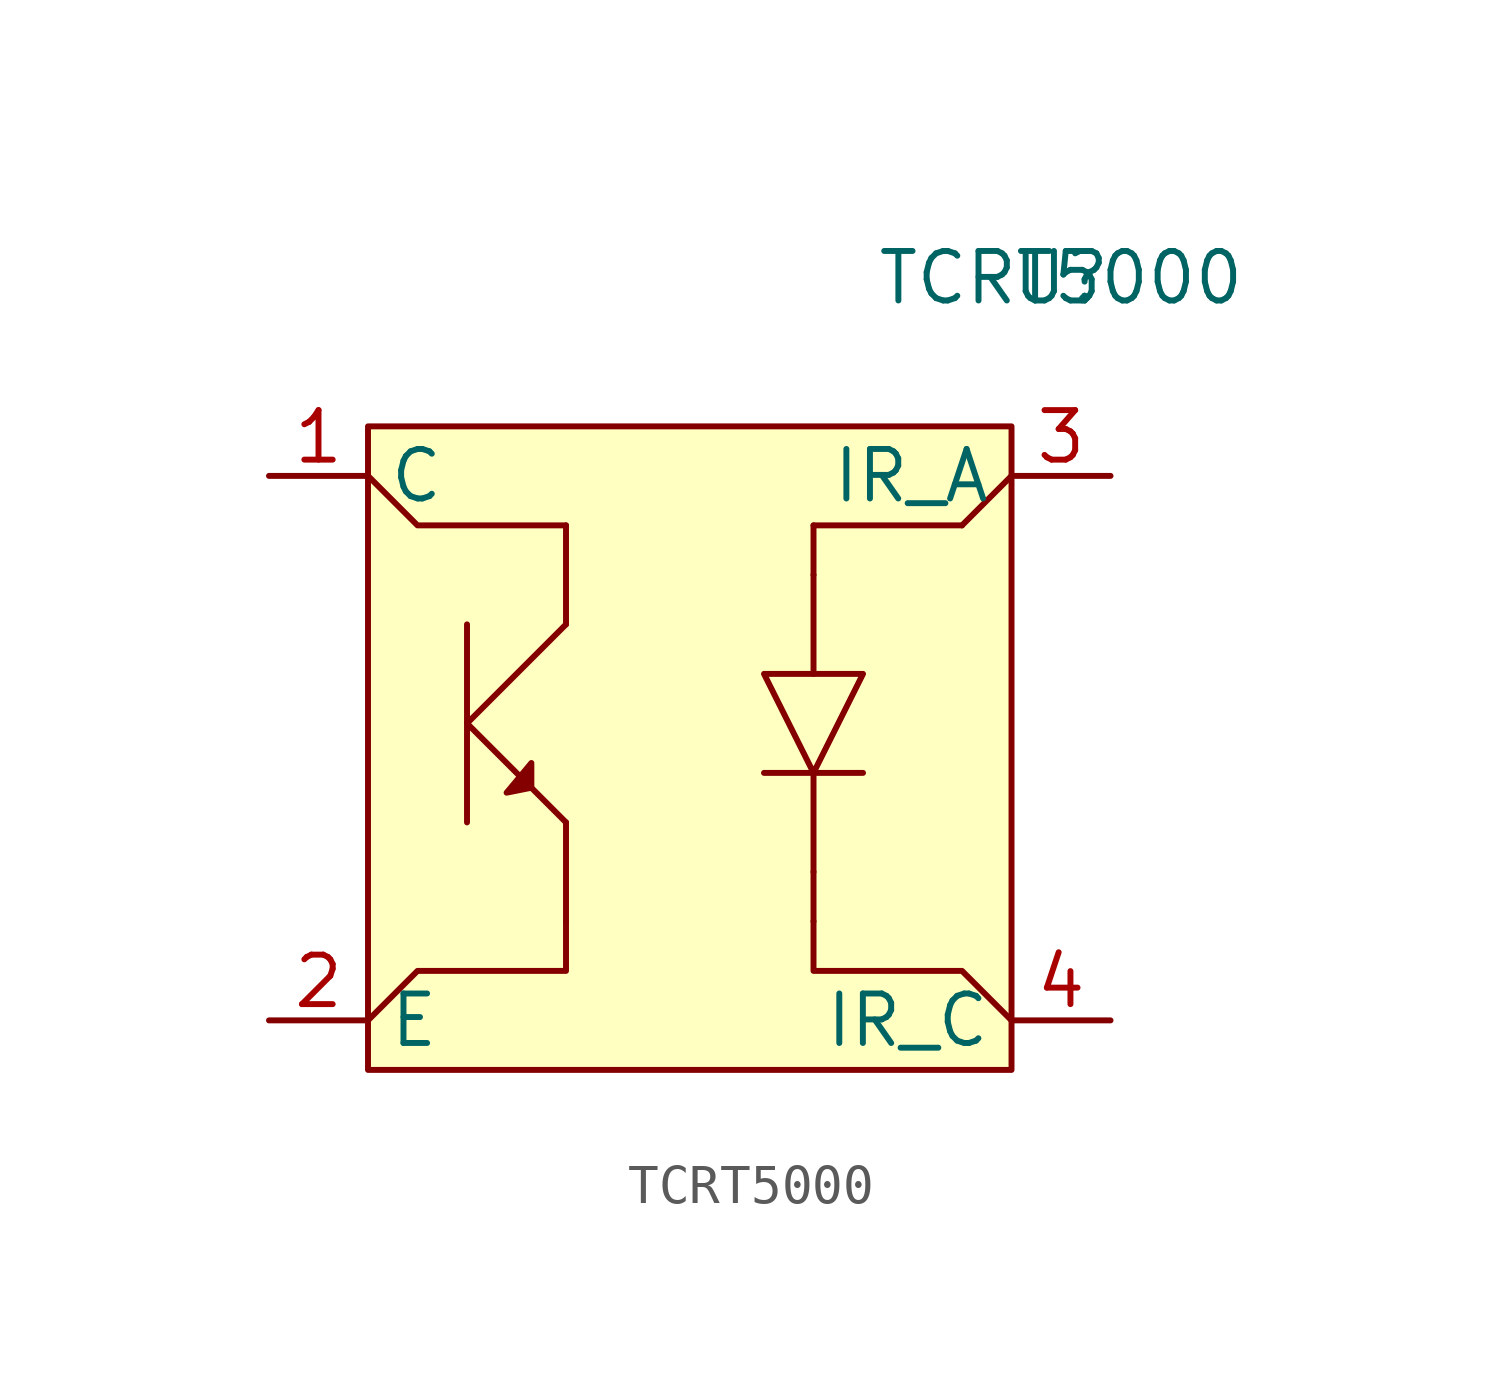
<source format=kicad_sym>
(kicad_symbol_lib
  (version 20211014)
  (generator kicad_symbol_editor)
  (symbol "TCRT5000"
    (property "Reference" "U"
      (at 10.16 16.51 0)
      (effects (font (size 1.27 1.27))))
    (property "Value" "TCRT5000"
      (at 10.16 16.51 0)
      (effects (font (size 1.27 1.27))))
    (symbol "TCRT5000_0_0"
      (text "" (at 3.81 3.81 0) (effects (font (size 1.27 1.27))))
      (text "" (at 3.81 6.35 0) (effects (font (size 1.27 1.27))))
      (text "" (at 5.08 5.08 0) (effects (font (size 1.27 1.27)))))
    (symbol "TCRT5000_0_1"
      (rectangle (start -7.62 12.7) (end 8.89 -3.81) (stroke (width 0) (type default) (color 0 0 0 0)) (fill (type background)))
      (polyline (pts (xy -5.08 5.08) (xy -2.54 7.62)) (stroke (width 0) (type default) (color 0 0 0 0)) (fill (type none)))
      (polyline (pts (xy -2.54 2.54) (xy -2.54 0)) (stroke (width 0) (type default) (color 0 0 0 0)) (fill (type none)))
      (polyline (pts (xy -2.54 7.62) (xy -2.54 10.16)) (stroke (width 0) (type default) (color 0 0 0 0)) (fill (type none)))
      (polyline (pts (xy 2.54 3.81) (xy 5.08 3.81)) (stroke (width 0) (type default) (color 0 0 0 0)) (fill (type none)))
      (polyline (pts (xy 3.81 1.27) (xy 3.81 0)) (stroke (width 0) (type default) (color 0 0 0 0)) (fill (type none)))
      (polyline (pts (xy 3.81 3.81) (xy 3.81 1.27)) (stroke (width 0) (type default) (color 0 0 0 0)) (fill (type none)))
      (polyline (pts (xy 3.81 6.35) (xy 3.81 8.89)) (stroke (width 0) (type default) (color 0 0 0 0)) (fill (type none)))
      (polyline (pts (xy 3.81 8.89) (xy 3.81 10.16)) (stroke (width 0) (type default) (color 0 0 0 0)) (fill (type none)))
      (polyline (pts (xy 3.81 10.16) (xy 7.62 10.16)) (stroke (width 0) (type default) (color 0 0 0 0)) (fill (type none)))
      (polyline (pts (xy 8.89 11.43) (xy 7.62 10.16)) (stroke (width 0) (type default) (color 0 0 0 0)) (fill (type none)))
      (polyline (pts (xy -2.54 10.16) (xy -6.35 10.16) (xy -7.62 11.43)) (stroke (width 0) (type default) (color 0 0 0 0)) (fill (type none)))
      (polyline (pts (xy -5.08 7.62) (xy -5.08 2.54) (xy -5.08 5.08) (xy -2.54 2.54)) (stroke (width 0) (type default) (color 0 0 0 0)) (fill (type none)))
      (polyline (pts (xy -3.429 3.429) (xy -3.429 4.064) (xy -4.064 3.302) (xy -3.429 3.429)) (stroke (width 0) (type default) (color 0 0 0 0)) (fill (type outline)))
      (polyline (pts (xy -2.54 0) (xy -2.54 -1.27) (xy -6.35 -1.27) (xy -7.62 -2.54)) (stroke (width 0) (type default) (color 0 0 0 0)) (fill (type none)))
      (polyline (pts (xy 2.54 6.35) (xy 3.81 3.81) (xy 5.08 6.35) (xy 2.54 6.35)) (stroke (width 0) (type default) (color 0 0 0 0)) (fill (type none)))
      (polyline (pts (xy 3.81 0) (xy 3.81 -1.27) (xy 7.62 -1.27) (xy 8.89 -2.54)) (stroke (width 0) (type default) (color 0 0 0 0)) (fill (type none))))
    (symbol "TCRT5000_1_1"
      (pin input line (at -10.16 11.43 0) (length 2.54) (name "C" (effects (font (size 1.27 1.27)))) (number "1" (effects (font (size 1.27 1.27)))))
      (pin input line (at -10.16 -2.54 0) (length 2.54) (name "E" (effects (font (size 1.27 1.27)))) (number "2" (effects (font (size 1.27 1.27)))))
      (pin input line (at 11.43 11.43 180) (length 2.54) (name "IR_A" (effects (font (size 1.27 1.27)))) (number "3" (effects (font (size 1.27 1.27)))))
      (pin input line (at 11.43 -2.54 180) (length 2.54) (name "IR_C" (effects (font (size 1.27 1.27)))) (number "4" (effects (font (size 1.27 1.27))))))))
</source>
